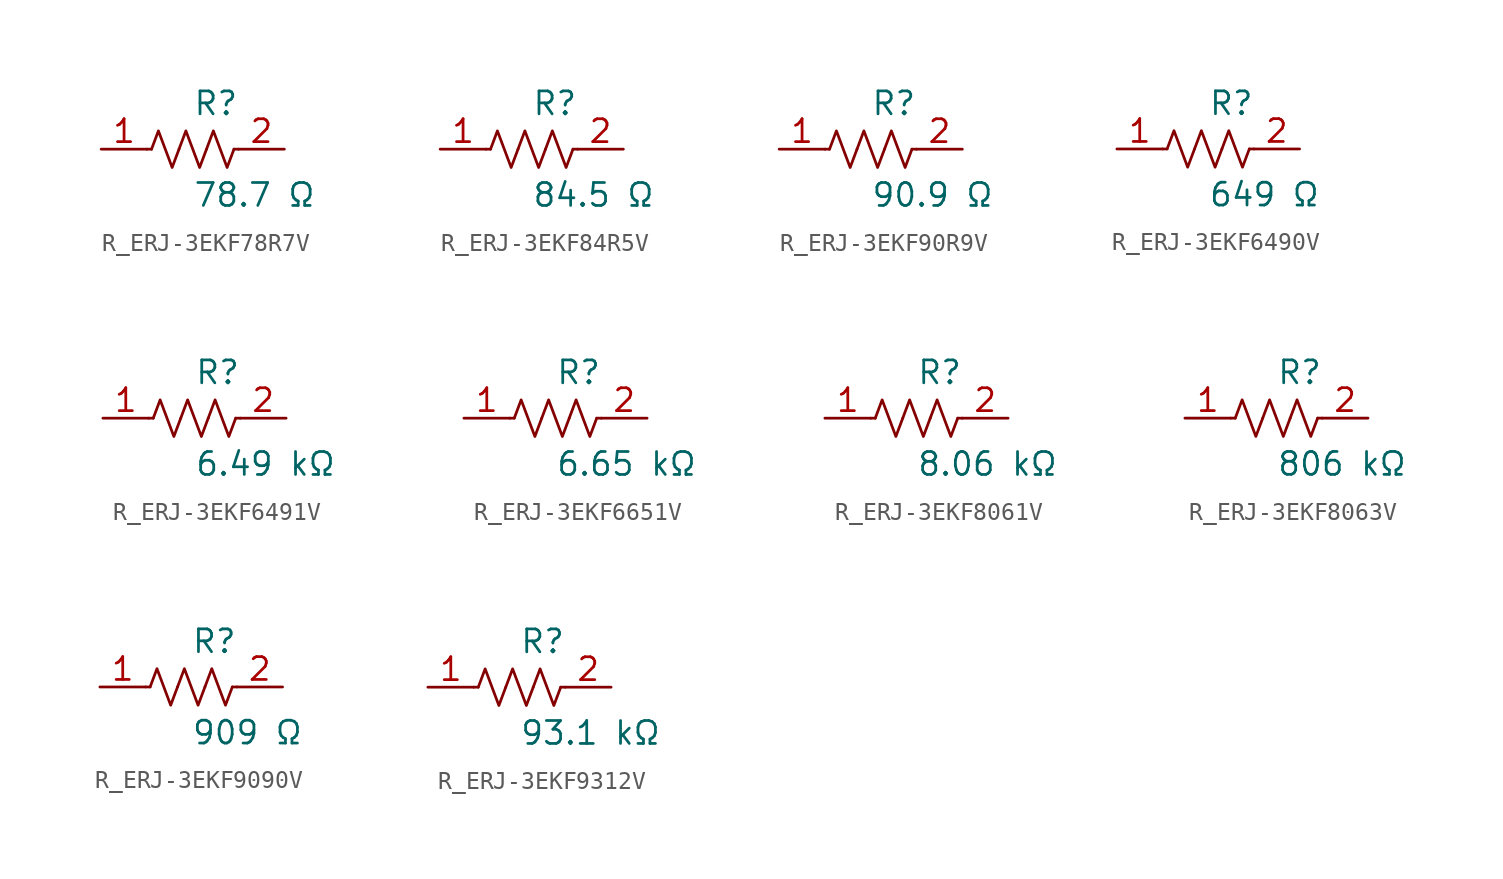
<source format=kicad_sym>
(kicad_symbol_lib
  (version 20231120)
  (generator kicad_symbol_editor)
  (generator_version 8.0)
  (symbol "R_ERJ-3EKF78R7V"
    (pin_names
      (offset 0.254))
    (property "Reference" "R"
      (at 0.0 2.54 0)
      (effects (font (size 1.27 1.27)) (justify left)))
    (property "Value" "78.7 Ω"
      (at 0.0 -2.54 0)
      (effects (font (size 1.27 1.27)) (justify left)))
    (symbol "R_ERJ-3EKF78R7V_0_1"
      (polyline (pts (xy 2.286 0) (xy 2.54 0)) (stroke (width 0) (type default)) (fill (type none)))
      (polyline (pts (xy -2.286 0) (xy -2.54 0)) (stroke (width 0) (type default)) (fill (type none)))
      (polyline (pts (xy 0.762 0) (xy 1.143 1.016) (xy 1.524 0) (xy 1.905 -1.016) (xy 2.286 0)) (stroke (width 0) (type default)) (fill (type none)))
      (polyline (pts (xy -0.762 0) (xy -0.381 1.016) (xy 0 0) (xy 0.381 -1.016) (xy 0.762 0)) (stroke (width 0) (type default)) (fill (type none)))
      (polyline (pts (xy -2.286 0) (xy -1.905 1.016) (xy -1.524 0) (xy -1.143 -1.016) (xy -0.762 0)) (stroke (width 0) (type default)) (fill (type none))))
    (pin unspecified line
      (at -5.08 0 0)
      (length 2.54)
      (name "" (effects (font (size 1.27 1.27))))
      (number "1" (effects (font (size 1.27 1.27)))))
    (pin unspecified line
      (at 5.08 0 180)
      (length 2.54)
      (name "" (effects (font (size 1.27 1.27))))
      (number "2" (effects (font (size 1.27 1.27))))))
  (symbol "R_ERJ-3EKF84R5V"
    (pin_names
      (offset 0.254))
    (property "Reference" "R"
      (at 0.0 2.54 0)
      (effects (font (size 1.27 1.27)) (justify left)))
    (property "Value" "84.5 Ω"
      (at 0.0 -2.54 0)
      (effects (font (size 1.27 1.27)) (justify left)))
    (symbol "R_ERJ-3EKF84R5V_0_1"
      (polyline (pts (xy 2.286 0) (xy 2.54 0)) (stroke (width 0) (type default)) (fill (type none)))
      (polyline (pts (xy -2.286 0) (xy -2.54 0)) (stroke (width 0) (type default)) (fill (type none)))
      (polyline (pts (xy 0.762 0) (xy 1.143 1.016) (xy 1.524 0) (xy 1.905 -1.016) (xy 2.286 0)) (stroke (width 0) (type default)) (fill (type none)))
      (polyline (pts (xy -0.762 0) (xy -0.381 1.016) (xy 0 0) (xy 0.381 -1.016) (xy 0.762 0)) (stroke (width 0) (type default)) (fill (type none)))
      (polyline (pts (xy -2.286 0) (xy -1.905 1.016) (xy -1.524 0) (xy -1.143 -1.016) (xy -0.762 0)) (stroke (width 0) (type default)) (fill (type none))))
    (pin unspecified line
      (at -5.08 0 0)
      (length 2.54)
      (name "" (effects (font (size 1.27 1.27))))
      (number "1" (effects (font (size 1.27 1.27)))))
    (pin unspecified line
      (at 5.08 0 180)
      (length 2.54)
      (name "" (effects (font (size 1.27 1.27))))
      (number "2" (effects (font (size 1.27 1.27))))))
  (symbol "R_ERJ-3EKF90R9V"
    (pin_names
      (offset 0.254))
    (property "Reference" "R"
      (at 0.0 2.54 0)
      (effects (font (size 1.27 1.27)) (justify left)))
    (property "Value" "90.9 Ω"
      (at 0.0 -2.54 0)
      (effects (font (size 1.27 1.27)) (justify left)))
    (symbol "R_ERJ-3EKF90R9V_0_1"
      (polyline (pts (xy 2.286 0) (xy 2.54 0)) (stroke (width 0) (type default)) (fill (type none)))
      (polyline (pts (xy -2.286 0) (xy -2.54 0)) (stroke (width 0) (type default)) (fill (type none)))
      (polyline (pts (xy 0.762 0) (xy 1.143 1.016) (xy 1.524 0) (xy 1.905 -1.016) (xy 2.286 0)) (stroke (width 0) (type default)) (fill (type none)))
      (polyline (pts (xy -0.762 0) (xy -0.381 1.016) (xy 0 0) (xy 0.381 -1.016) (xy 0.762 0)) (stroke (width 0) (type default)) (fill (type none)))
      (polyline (pts (xy -2.286 0) (xy -1.905 1.016) (xy -1.524 0) (xy -1.143 -1.016) (xy -0.762 0)) (stroke (width 0) (type default)) (fill (type none))))
    (pin unspecified line
      (at -5.08 0 0)
      (length 2.54)
      (name "" (effects (font (size 1.27 1.27))))
      (number "1" (effects (font (size 1.27 1.27)))))
    (pin unspecified line
      (at 5.08 0 180)
      (length 2.54)
      (name "" (effects (font (size 1.27 1.27))))
      (number "2" (effects (font (size 1.27 1.27))))))
  (symbol "R_ERJ-3EKF6490V"
    (pin_names
      (offset 0.254))
    (property "Reference" "R"
      (at 0.0 2.54 0)
      (effects (font (size 1.27 1.27)) (justify left)))
    (property "Value" "649 Ω"
      (at 0.0 -2.54 0)
      (effects (font (size 1.27 1.27)) (justify left)))
    (symbol "R_ERJ-3EKF6490V_0_1"
      (polyline (pts (xy 2.286 0) (xy 2.54 0)) (stroke (width 0) (type default)) (fill (type none)))
      (polyline (pts (xy -2.286 0) (xy -2.54 0)) (stroke (width 0) (type default)) (fill (type none)))
      (polyline (pts (xy 0.762 0) (xy 1.143 1.016) (xy 1.524 0) (xy 1.905 -1.016) (xy 2.286 0)) (stroke (width 0) (type default)) (fill (type none)))
      (polyline (pts (xy -0.762 0) (xy -0.381 1.016) (xy 0 0) (xy 0.381 -1.016) (xy 0.762 0)) (stroke (width 0) (type default)) (fill (type none)))
      (polyline (pts (xy -2.286 0) (xy -1.905 1.016) (xy -1.524 0) (xy -1.143 -1.016) (xy -0.762 0)) (stroke (width 0) (type default)) (fill (type none))))
    (pin unspecified line
      (at -5.08 0 0)
      (length 2.54)
      (name "" (effects (font (size 1.27 1.27))))
      (number "1" (effects (font (size 1.27 1.27)))))
    (pin unspecified line
      (at 5.08 0 180)
      (length 2.54)
      (name "" (effects (font (size 1.27 1.27))))
      (number "2" (effects (font (size 1.27 1.27))))))
  (symbol "R_ERJ-3EKF6491V"
    (pin_names
      (offset 0.254))
    (property "Reference" "R"
      (at 0.0 2.54 0)
      (effects (font (size 1.27 1.27)) (justify left)))
    (property "Value" "6.49 kΩ"
      (at 0.0 -2.54 0)
      (effects (font (size 1.27 1.27)) (justify left)))
    (symbol "R_ERJ-3EKF6491V_0_1"
      (polyline (pts (xy 2.286 0) (xy 2.54 0)) (stroke (width 0) (type default)) (fill (type none)))
      (polyline (pts (xy -2.286 0) (xy -2.54 0)) (stroke (width 0) (type default)) (fill (type none)))
      (polyline (pts (xy 0.762 0) (xy 1.143 1.016) (xy 1.524 0) (xy 1.905 -1.016) (xy 2.286 0)) (stroke (width 0) (type default)) (fill (type none)))
      (polyline (pts (xy -0.762 0) (xy -0.381 1.016) (xy 0 0) (xy 0.381 -1.016) (xy 0.762 0)) (stroke (width 0) (type default)) (fill (type none)))
      (polyline (pts (xy -2.286 0) (xy -1.905 1.016) (xy -1.524 0) (xy -1.143 -1.016) (xy -0.762 0)) (stroke (width 0) (type default)) (fill (type none))))
    (pin unspecified line
      (at -5.08 0 0)
      (length 2.54)
      (name "" (effects (font (size 1.27 1.27))))
      (number "1" (effects (font (size 1.27 1.27)))))
    (pin unspecified line
      (at 5.08 0 180)
      (length 2.54)
      (name "" (effects (font (size 1.27 1.27))))
      (number "2" (effects (font (size 1.27 1.27))))))
  (symbol "R_ERJ-3EKF6651V"
    (pin_names
      (offset 0.254))
    (property "Reference" "R"
      (at 0.0 2.54 0)
      (effects (font (size 1.27 1.27)) (justify left)))
    (property "Value" "6.65 kΩ"
      (at 0.0 -2.54 0)
      (effects (font (size 1.27 1.27)) (justify left)))
    (symbol "R_ERJ-3EKF6651V_0_1"
      (polyline (pts (xy 2.286 0) (xy 2.54 0)) (stroke (width 0) (type default)) (fill (type none)))
      (polyline (pts (xy -2.286 0) (xy -2.54 0)) (stroke (width 0) (type default)) (fill (type none)))
      (polyline (pts (xy 0.762 0) (xy 1.143 1.016) (xy 1.524 0) (xy 1.905 -1.016) (xy 2.286 0)) (stroke (width 0) (type default)) (fill (type none)))
      (polyline (pts (xy -0.762 0) (xy -0.381 1.016) (xy 0 0) (xy 0.381 -1.016) (xy 0.762 0)) (stroke (width 0) (type default)) (fill (type none)))
      (polyline (pts (xy -2.286 0) (xy -1.905 1.016) (xy -1.524 0) (xy -1.143 -1.016) (xy -0.762 0)) (stroke (width 0) (type default)) (fill (type none))))
    (pin unspecified line
      (at -5.08 0 0)
      (length 2.54)
      (name "" (effects (font (size 1.27 1.27))))
      (number "1" (effects (font (size 1.27 1.27)))))
    (pin unspecified line
      (at 5.08 0 180)
      (length 2.54)
      (name "" (effects (font (size 1.27 1.27))))
      (number "2" (effects (font (size 1.27 1.27))))))
  (symbol "R_ERJ-3EKF8061V"
    (pin_names
      (offset 0.254))
    (property "Reference" "R"
      (at 0.0 2.54 0)
      (effects (font (size 1.27 1.27)) (justify left)))
    (property "Value" "8.06 kΩ"
      (at 0.0 -2.54 0)
      (effects (font (size 1.27 1.27)) (justify left)))
    (symbol "R_ERJ-3EKF8061V_0_1"
      (polyline (pts (xy 2.286 0) (xy 2.54 0)) (stroke (width 0) (type default)) (fill (type none)))
      (polyline (pts (xy -2.286 0) (xy -2.54 0)) (stroke (width 0) (type default)) (fill (type none)))
      (polyline (pts (xy 0.762 0) (xy 1.143 1.016) (xy 1.524 0) (xy 1.905 -1.016) (xy 2.286 0)) (stroke (width 0) (type default)) (fill (type none)))
      (polyline (pts (xy -0.762 0) (xy -0.381 1.016) (xy 0 0) (xy 0.381 -1.016) (xy 0.762 0)) (stroke (width 0) (type default)) (fill (type none)))
      (polyline (pts (xy -2.286 0) (xy -1.905 1.016) (xy -1.524 0) (xy -1.143 -1.016) (xy -0.762 0)) (stroke (width 0) (type default)) (fill (type none))))
    (pin unspecified line
      (at -5.08 0 0)
      (length 2.54)
      (name "" (effects (font (size 1.27 1.27))))
      (number "1" (effects (font (size 1.27 1.27)))))
    (pin unspecified line
      (at 5.08 0 180)
      (length 2.54)
      (name "" (effects (font (size 1.27 1.27))))
      (number "2" (effects (font (size 1.27 1.27))))))
  (symbol "R_ERJ-3EKF8063V"
    (pin_names
      (offset 0.254))
    (property "Reference" "R"
      (at 0.0 2.54 0)
      (effects (font (size 1.27 1.27)) (justify left)))
    (property "Value" "806 kΩ"
      (at 0.0 -2.54 0)
      (effects (font (size 1.27 1.27)) (justify left)))
    (symbol "R_ERJ-3EKF8063V_0_1"
      (polyline (pts (xy 2.286 0) (xy 2.54 0)) (stroke (width 0) (type default)) (fill (type none)))
      (polyline (pts (xy -2.286 0) (xy -2.54 0)) (stroke (width 0) (type default)) (fill (type none)))
      (polyline (pts (xy 0.762 0) (xy 1.143 1.016) (xy 1.524 0) (xy 1.905 -1.016) (xy 2.286 0)) (stroke (width 0) (type default)) (fill (type none)))
      (polyline (pts (xy -0.762 0) (xy -0.381 1.016) (xy 0 0) (xy 0.381 -1.016) (xy 0.762 0)) (stroke (width 0) (type default)) (fill (type none)))
      (polyline (pts (xy -2.286 0) (xy -1.905 1.016) (xy -1.524 0) (xy -1.143 -1.016) (xy -0.762 0)) (stroke (width 0) (type default)) (fill (type none))))
    (pin unspecified line
      (at -5.08 0 0)
      (length 2.54)
      (name "" (effects (font (size 1.27 1.27))))
      (number "1" (effects (font (size 1.27 1.27)))))
    (pin unspecified line
      (at 5.08 0 180)
      (length 2.54)
      (name "" (effects (font (size 1.27 1.27))))
      (number "2" (effects (font (size 1.27 1.27))))))
  (symbol "R_ERJ-3EKF9090V"
    (pin_names
      (offset 0.254))
    (property "Reference" "R"
      (at 0.0 2.54 0)
      (effects (font (size 1.27 1.27)) (justify left)))
    (property "Value" "909 Ω"
      (at 0.0 -2.54 0)
      (effects (font (size 1.27 1.27)) (justify left)))
    (symbol "R_ERJ-3EKF9090V_0_1"
      (polyline (pts (xy 2.286 0) (xy 2.54 0)) (stroke (width 0) (type default)) (fill (type none)))
      (polyline (pts (xy -2.286 0) (xy -2.54 0)) (stroke (width 0) (type default)) (fill (type none)))
      (polyline (pts (xy 0.762 0) (xy 1.143 1.016) (xy 1.524 0) (xy 1.905 -1.016) (xy 2.286 0)) (stroke (width 0) (type default)) (fill (type none)))
      (polyline (pts (xy -0.762 0) (xy -0.381 1.016) (xy 0 0) (xy 0.381 -1.016) (xy 0.762 0)) (stroke (width 0) (type default)) (fill (type none)))
      (polyline (pts (xy -2.286 0) (xy -1.905 1.016) (xy -1.524 0) (xy -1.143 -1.016) (xy -0.762 0)) (stroke (width 0) (type default)) (fill (type none))))
    (pin unspecified line
      (at -5.08 0 0)
      (length 2.54)
      (name "" (effects (font (size 1.27 1.27))))
      (number "1" (effects (font (size 1.27 1.27)))))
    (pin unspecified line
      (at 5.08 0 180)
      (length 2.54)
      (name "" (effects (font (size 1.27 1.27))))
      (number "2" (effects (font (size 1.27 1.27))))))
  (symbol "R_ERJ-3EKF9312V"
    (pin_names
      (offset 0.254))
    (property "Reference" "R"
      (at 0.0 2.54 0)
      (effects (font (size 1.27 1.27)) (justify left)))
    (property "Value" "93.1 kΩ"
      (at 0.0 -2.54 0)
      (effects (font (size 1.27 1.27)) (justify left)))
    (symbol "R_ERJ-3EKF9312V_0_1"
      (polyline (pts (xy 2.286 0) (xy 2.54 0)) (stroke (width 0) (type default)) (fill (type none)))
      (polyline (pts (xy -2.286 0) (xy -2.54 0)) (stroke (width 0) (type default)) (fill (type none)))
      (polyline (pts (xy 0.762 0) (xy 1.143 1.016) (xy 1.524 0) (xy 1.905 -1.016) (xy 2.286 0)) (stroke (width 0) (type default)) (fill (type none)))
      (polyline (pts (xy -0.762 0) (xy -0.381 1.016) (xy 0 0) (xy 0.381 -1.016) (xy 0.762 0)) (stroke (width 0) (type default)) (fill (type none)))
      (polyline (pts (xy -2.286 0) (xy -1.905 1.016) (xy -1.524 0) (xy -1.143 -1.016) (xy -0.762 0)) (stroke (width 0) (type default)) (fill (type none))))
    (pin unspecified line
      (at -5.08 0 0)
      (length 2.54)
      (name "" (effects (font (size 1.27 1.27))))
      (number "1" (effects (font (size 1.27 1.27)))))
    (pin unspecified line
      (at 5.08 0 180)
      (length 2.54)
      (name "" (effects (font (size 1.27 1.27))))
      (number "2" (effects (font (size 1.27 1.27)))))))
</source>
